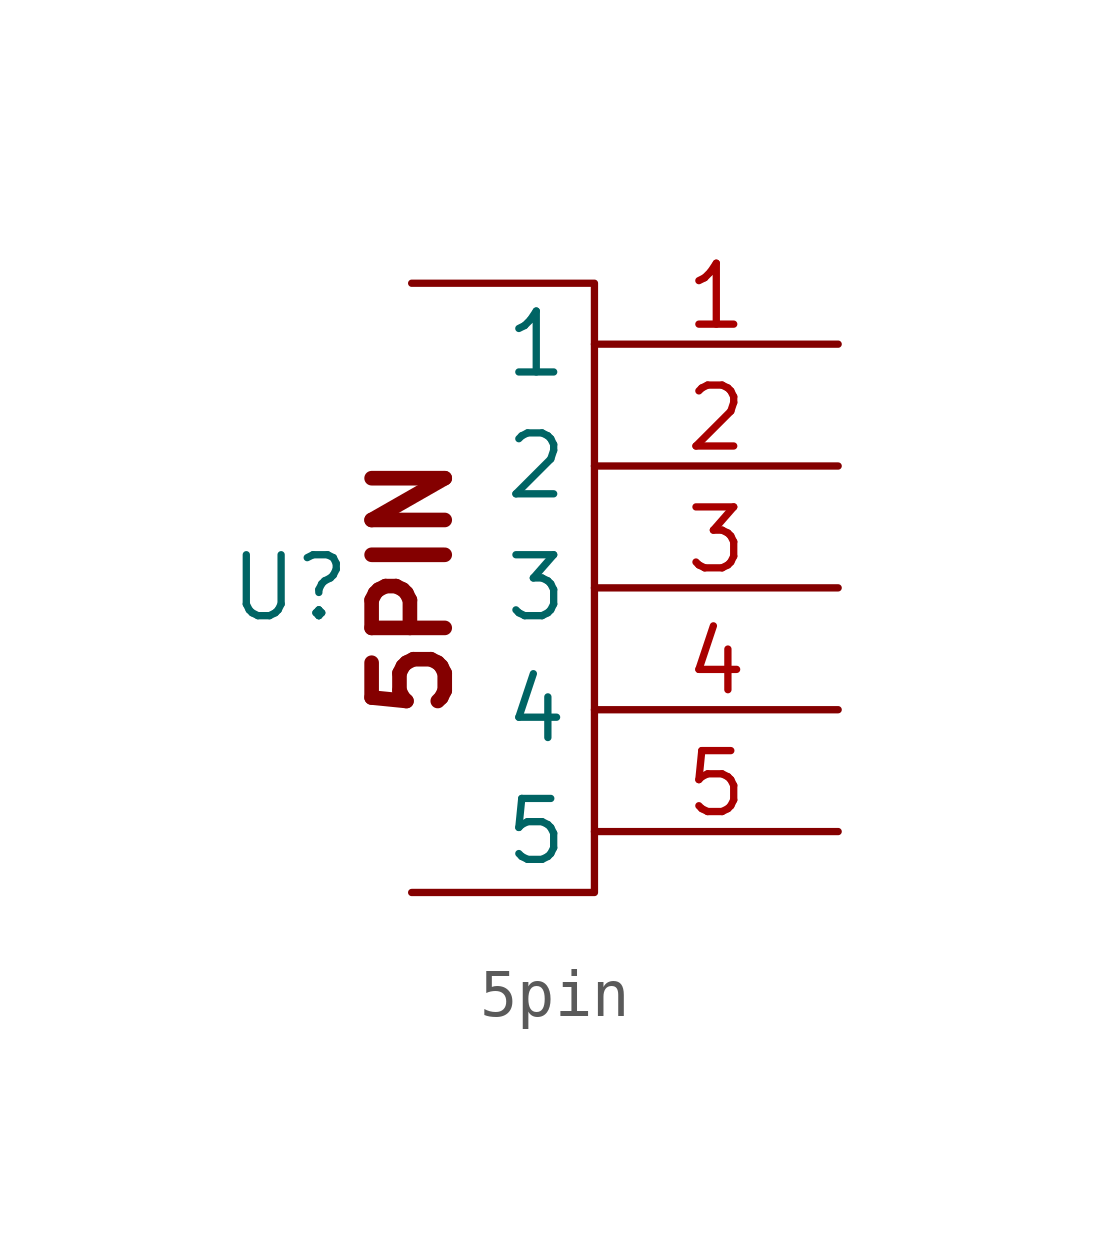
<source format=kicad_sym>
(kicad_symbol_lib
  (version 20220914)
  (generator kicad_symbol_editor)
  (symbol "5pin"
    (property "Reference" "U"
      (at 0 0 0)
      (effects (font (size 1.27 1.27))))
    (property "Value" ""
      (at 0 0 0)
      (effects (font (size 1.27 1.27))))
    (symbol "5pin_0_0"
      (polyline (pts (xy 2.54 6.35) (xy 6.35 6.35) (xy 6.35 -6.35) (xy 2.54 -6.35)) (stroke (width 0) (type solid)) (fill (type none)))
      (text "5PIN" (at 2.54 0 900) (effects (font (size 1.524 1.524) bold))))
    (symbol "5pin_1_1"
      (pin power_in line (at 11.43 5.08 180) (length 5.08) (name "1" (effects (font (size 1.27 1.27)))) (number "1" (effects (font (size 1.27 1.27)))))
      (pin bidirectional line (at 11.43 2.54 180) (length 5.08) (name "2" (effects (font (size 1.27 1.27)))) (number "2" (effects (font (size 1.27 1.27)))))
      (pin bidirectional line (at 11.43 0 180) (length 5.08) (name "3" (effects (font (size 1.27 1.27)))) (number "3" (effects (font (size 1.27 1.27)))))
      (pin power_in line (at 11.43 -2.54 180) (length 5.08) (name "4" (effects (font (size 1.27 1.27)))) (number "4" (effects (font (size 1.27 1.27)))))
      (pin power_in line (at 11.43 -5.08 180) (length 5.08) (name "5" (effects (font (size 1.27 1.27)))) (number "5" (effects (font (size 1.27 1.27))))))))
</source>
